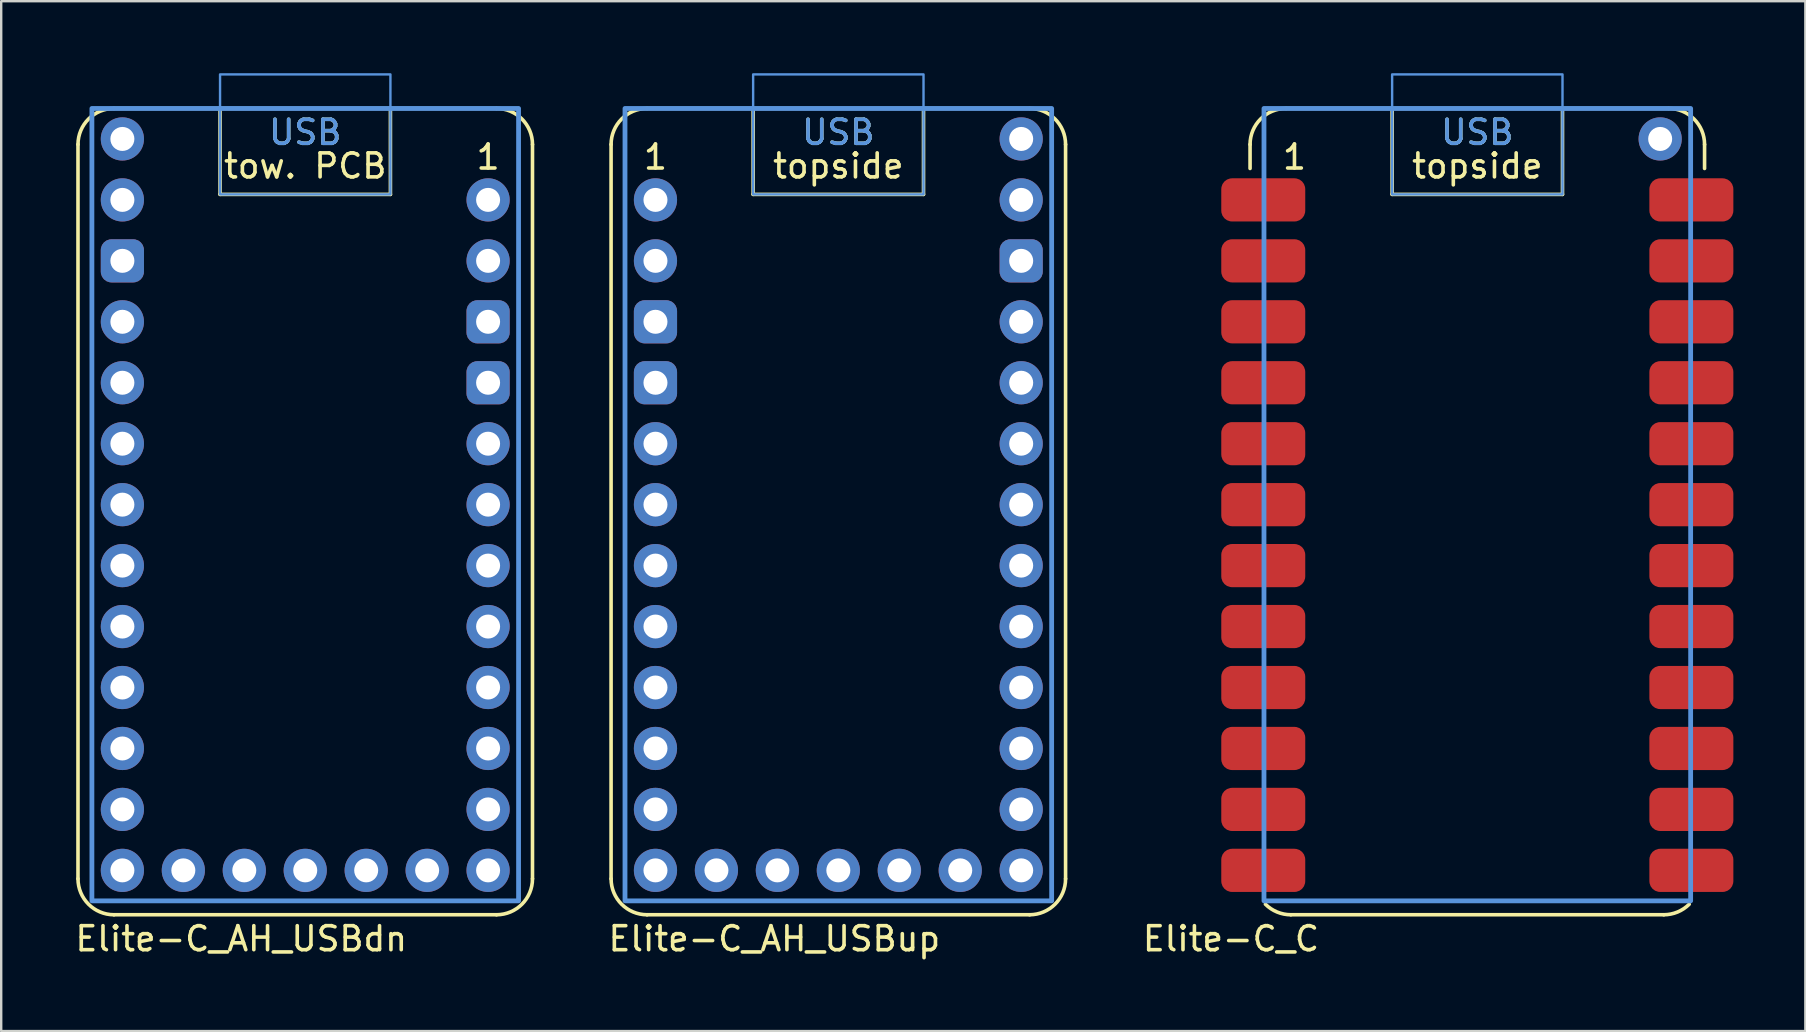
<source format=kicad_pcb>
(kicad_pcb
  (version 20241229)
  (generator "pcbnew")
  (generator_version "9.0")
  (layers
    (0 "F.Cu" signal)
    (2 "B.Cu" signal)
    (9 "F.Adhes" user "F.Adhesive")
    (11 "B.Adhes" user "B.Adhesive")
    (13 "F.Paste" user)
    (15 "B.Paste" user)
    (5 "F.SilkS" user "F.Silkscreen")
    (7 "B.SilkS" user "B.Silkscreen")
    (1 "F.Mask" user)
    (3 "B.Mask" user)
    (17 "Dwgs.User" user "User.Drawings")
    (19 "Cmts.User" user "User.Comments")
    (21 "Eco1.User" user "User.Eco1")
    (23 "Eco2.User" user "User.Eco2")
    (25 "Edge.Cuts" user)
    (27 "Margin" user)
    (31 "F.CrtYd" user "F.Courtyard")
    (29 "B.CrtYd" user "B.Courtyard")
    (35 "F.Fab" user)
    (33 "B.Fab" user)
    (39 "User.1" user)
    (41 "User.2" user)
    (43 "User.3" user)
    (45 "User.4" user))
  (footprint "Elite-C_AH_USBup"
    (layer "F.Cu")
    (at 31.885 19.25)
    (property "Reference" "Elite-C_AH_USBup" (at -9.67 16.82 0) (layer "F.SilkS") (effects (font (size 1 1) (thickness 0.15)) (justify left)))
    (attr through_hole exclude_from_pos_files exclude_from_bom)
    (fp_line (start -9.47 -16.28) (end -9.47 14.32) (stroke (width 0.15) (type default)) (layer "F.SilkS"))
    (fp_line (start -7.97 15.82) (end 7.97 15.82) (stroke (width 0.15) (type default)) (layer "F.SilkS"))
    (fp_line (start -3.55 -14.2) (end -3.55 -17.78) (stroke (width 0.15) (type default)) (layer "F.SilkS"))
    (fp_line (start 3.55 -14.2) (end -3.55 -14.2) (stroke (width 0.15) (type default)) (layer "F.SilkS"))
    (fp_line (start 3.55 -14.2) (end 3.55 -17.78) (stroke (width 0.15) (type default)) (layer "F.SilkS"))
    (fp_line (start 7.97 -17.78) (end -7.97 -17.78) (stroke (width 0.15) (type default)) (layer "F.SilkS"))
    (fp_line (start 9.47 14.32) (end 9.47 -16.28) (stroke (width 0.15) (type default)) (layer "F.SilkS"))
    (fp_arc (start -9.47 -16.28) (mid -9.03066 -17.34066) (end -7.97 -17.78) (stroke (width 0.15) (type default)) (layer "F.SilkS"))
    (fp_arc (start -7.97 15.82) (mid -9.03066 15.38066) (end -9.47 14.32) (stroke (width 0.15) (type default)) (layer "F.SilkS"))
    (fp_arc (start 7.97 -17.78) (mid 9.03066 -17.34066) (end 9.47 -16.28) (stroke (width 0.15) (type default)) (layer "F.SilkS"))
    (fp_arc (start 9.47 14.32) (mid 9.03066 15.38066) (end 7.97 15.82) (stroke (width 0.15) (type default)) (layer "F.SilkS"))
    (fp_rect (start -3.55 -19.2) (end 3.55 -14.2) (stroke (width 0.1) (type default)) (fill no) (layer "Cmts.User"))
    (fp_rect (start 8.89 -17.78) (end -8.89 15.24) (stroke (width 0.2) (type solid)) (fill no) (layer "Cmts.User"))
    (fp_text user "topside" (at 0 -14.8 0) (unlocked yes) (layer "F.SilkS") (effects (font (size 1 1) (thickness 0.15)) (justify bottom)))
    (fp_text user "1" (at -7.62 -15.17 0) (layer "F.SilkS") (effects (font (size 1 1) (thickness 0.15)) (justify bottom)))
    (fp_text user "USB" (at 0 -16.2 0) (unlocked yes) (layer "F.SilkS") (effects (font (size 1 1) (thickness 0.15)) (justify bottom)))
    (fp_text user "USB" (at 0 -16.2 0) (layer "Cmts.User") (effects (font (size 1 1) (thickness 0.15)) (justify bottom)))
    (pad "1" thru_hole circle (at -7.62 -13.97) (size 1.8 1.8) (drill 1) (layers "*.Cu" "B.Mask"))
    (pad "2" thru_hole circle (at -7.62 -11.43) (size 1.8 1.8) (drill 1) (layers "*.Cu" "B.Mask"))
    (pad "3" thru_hole roundrect (at -7.62 -8.89) (size 1.8 1.8) (drill 1) (layers "*.Cu" "B.Mask") (roundrect_rratio 0.25))
    (pad "4" thru_hole roundrect (at -7.62 -6.35) (size 1.8 1.8) (drill 1) (layers "*.Cu" "B.Mask") (roundrect_rratio 0.25))
    (pad "5" thru_hole circle (at -7.62 -3.81) (size 1.8 1.8) (drill 1) (layers "*.Cu" "B.Mask"))
    (pad "6" thru_hole circle (at -7.62 -1.27) (size 1.8 1.8) (drill 1) (layers "*.Cu" "B.Mask"))
    (pad "7" thru_hole circle (at -7.62 1.27) (size 1.8 1.8) (drill 1) (layers "*.Cu" "B.Mask"))
    (pad "8" thru_hole circle (at -7.62 3.81) (size 1.8 1.8) (drill 1) (layers "*.Cu" "B.Mask"))
    (pad "9" thru_hole circle (at -7.62 6.35) (size 1.8 1.8) (drill 1) (layers "*.Cu" "B.Mask"))
    (pad "10" thru_hole circle (at -7.62 8.89) (size 1.8 1.8) (drill 1) (layers "*.Cu" "B.Mask"))
    (pad "11" thru_hole circle (at -7.62 11.43) (size 1.8 1.8) (drill 1) (layers "*.Cu" "B.Mask"))
    (pad "12" thru_hole circle (at -7.62 13.97) (size 1.8 1.8) (drill 1) (layers "*.Cu" "B.Mask"))
    (pad "13" thru_hole circle (at 7.62 -13.97) (size 1.8 1.8) (drill 1) (layers "*.Cu" "B.Mask"))
    (pad "14" thru_hole roundrect (at 7.62 -11.43) (size 1.8 1.8) (drill 1) (layers "*.Cu" "B.Mask") (roundrect_rratio 0.25))
    (pad "15" thru_hole circle (at 7.62 -8.89) (size 1.8 1.8) (drill 1) (layers "*.Cu" "B.Mask"))
    (pad "16" thru_hole circle (at 7.62 -6.35) (size 1.8 1.8) (drill 1) (layers "*.Cu" "B.Mask"))
    (pad "17" thru_hole circle (at 7.62 -3.81) (size 1.8 1.8) (drill 1) (layers "*.Cu" "B.Mask"))
    (pad "18" thru_hole circle (at 7.62 -1.27) (size 1.8 1.8) (drill 1) (layers "*.Cu" "B.Mask"))
    (pad "19" thru_hole circle (at 7.62 1.27) (size 1.8 1.8) (drill 1) (layers "*.Cu" "B.Mask"))
    (pad "20" thru_hole circle (at 7.62 3.81) (size 1.8 1.8) (drill 1) (layers "*.Cu" "B.Mask"))
    (pad "21" thru_hole circle (at 7.62 6.35) (size 1.8 1.8) (drill 1) (layers "*.Cu" "B.Mask"))
    (pad "22" thru_hole circle (at 7.62 8.89) (size 1.8 1.8) (drill 1) (layers "*.Cu" "B.Mask"))
    (pad "23" thru_hole circle (at 7.62 11.43) (size 1.8 1.8) (drill 1) (layers "*.Cu" "B.Mask"))
    (pad "24" thru_hole circle (at 7.62 13.97) (size 1.8 1.8) (drill 1) (layers "*.Cu" "B.Mask"))
    (pad "25" thru_hole circle (at -5.08 13.97) (size 1.8 1.8) (drill 1) (layers "*.Cu" "B.Mask"))
    (pad "26" thru_hole circle (at -2.54 13.97) (size 1.8 1.8) (drill 1) (layers "*.Cu" "B.Mask"))
    (pad "27" thru_hole circle (at 0 13.97) (size 1.8 1.8) (drill 1) (layers "*.Cu" "B.Mask"))
    (pad "28" thru_hole circle (at 2.54 13.97) (size 1.8 1.8) (drill 1) (layers "*.Cu" "B.Mask"))
    (pad "29" thru_hole circle (at 5.08 13.97) (size 1.8 1.8) (drill 1) (layers "*.Cu" "B.Mask"))
    (pad "30" thru_hole circle (at 7.62 -16.51) (size 1.8 1.8) (drill 1) (layers "*.Cu" "*.Mask")))
  (footprint "Elite-C_AH_USBdn"
    (layer "F.Cu")
    (at 9.67 19.25)
    (property "Reference" "Elite-C_AH_USBdn" (at -9.67 16.82 0) (layer "F.SilkS") (effects (font (size 1 1) (thickness 0.15)) (justify left)))
    (attr through_hole exclude_from_pos_files exclude_from_bom)
    (fp_line (start -9.47 -16.28) (end -9.47 14.32) (stroke (width 0.15) (type default)) (layer "F.SilkS"))
    (fp_line (start -7.97 15.82) (end 7.97 15.82) (stroke (width 0.15) (type default)) (layer "F.SilkS"))
    (fp_line (start -3.55 -14.2) (end -3.55 -17.78) (stroke (width 0.15) (type default)) (layer "F.SilkS"))
    (fp_line (start 3.55 -14.2) (end -3.55 -14.2) (stroke (width 0.15) (type default)) (layer "F.SilkS"))
    (fp_line (start 3.55 -14.2) (end 3.55 -17.78) (stroke (width 0.15) (type default)) (layer "F.SilkS"))
    (fp_line (start 7.97 -17.78) (end -7.97 -17.78) (stroke (width 0.15) (type default)) (layer "F.SilkS"))
    (fp_line (start 9.47 14.32) (end 9.47 -16.28) (stroke (width 0.15) (type default)) (layer "F.SilkS"))
    (fp_arc (start -9.47 -16.28) (mid -9.03066 -17.34066) (end -7.97 -17.78) (stroke (width 0.15) (type default)) (layer "F.SilkS"))
    (fp_arc (start -7.97 15.82) (mid -9.03066 15.38066) (end -9.47 14.32) (stroke (width 0.15) (type default)) (layer "F.SilkS"))
    (fp_arc (start 7.97 -17.78) (mid 9.03066 -17.34066) (end 9.47 -16.28) (stroke (width 0.15) (type default)) (layer "F.SilkS"))
    (fp_arc (start 9.47 14.32) (mid 9.03066 15.38066) (end 7.97 15.82) (stroke (width 0.15) (type default)) (layer "F.SilkS"))
    (fp_rect (start -3.55 -19.2) (end 3.55 -14.2) (stroke (width 0.1) (type default)) (fill no) (layer "Cmts.User"))
    (fp_rect (start 8.89 -17.78) (end -8.89 15.24) (stroke (width 0.2) (type solid)) (fill no) (layer "Cmts.User"))
    (fp_text user "USB" (at 0 -16.2 0) (unlocked yes) (layer "F.SilkS") (effects (font (size 1 1) (thickness 0.15)) (justify bottom)))
    (fp_text user "1" (at 7.62 -15.17 0) (layer "F.SilkS") (effects (font (size 1 1) (thickness 0.15)) (justify bottom)))
    (fp_text user "tow. PCB" (at 0 -14.8 0) (unlocked yes) (layer "F.SilkS") (effects (font (size 1 1) (thickness 0.15)) (justify bottom)))
    (fp_text user "USB" (at 0 -16.2 0) (layer "Cmts.User") (effects (font (size 1 1) (thickness 0.15)) (justify bottom)))
    (pad "1" thru_hole circle (at 7.62 -13.97) (size 1.8 1.8) (drill 1) (layers "*.Cu" "B.Mask"))
    (pad "2" thru_hole circle (at 7.62 -11.43) (size 1.8 1.8) (drill 1) (layers "*.Cu" "B.Mask"))
    (pad "3" thru_hole roundrect (at 7.62 -8.89) (size 1.8 1.8) (drill 1) (layers "*.Cu" "B.Mask") (roundrect_rratio 0.25))
    (pad "4" thru_hole roundrect (at 7.62 -6.35) (size 1.8 1.8) (drill 1) (layers "*.Cu" "B.Mask") (roundrect_rratio 0.25))
    (pad "5" thru_hole circle (at 7.62 -3.81) (size 1.8 1.8) (drill 1) (layers "*.Cu" "B.Mask"))
    (pad "6" thru_hole circle (at 7.62 -1.27) (size 1.8 1.8) (drill 1) (layers "*.Cu" "B.Mask"))
    (pad "7" thru_hole circle (at 7.62 1.27) (size 1.8 1.8) (drill 1) (layers "*.Cu" "B.Mask"))
    (pad "8" thru_hole circle (at 7.62 3.81) (size 1.8 1.8) (drill 1) (layers "*.Cu" "B.Mask"))
    (pad "9" thru_hole circle (at 7.62 6.35) (size 1.8 1.8) (drill 1) (layers "*.Cu" "B.Mask"))
    (pad "10" thru_hole circle (at 7.62 8.89) (size 1.8 1.8) (drill 1) (layers "*.Cu" "B.Mask"))
    (pad "11" thru_hole circle (at 7.62 11.43) (size 1.8 1.8) (drill 1) (layers "*.Cu" "B.Mask"))
    (pad "12" thru_hole circle (at 7.62 13.97) (size 1.8 1.8) (drill 1) (layers "*.Cu" "B.Mask"))
    (pad "13" thru_hole circle (at -7.62 -13.97) (size 1.8 1.8) (drill 1) (layers "*.Cu" "B.Mask"))
    (pad "14" thru_hole roundrect (at -7.62 -11.43) (size 1.8 1.8) (drill 1) (layers "*.Cu" "B.Mask") (roundrect_rratio 0.25))
    (pad "15" thru_hole circle (at -7.62 -8.89) (size 1.8 1.8) (drill 1) (layers "*.Cu" "B.Mask"))
    (pad "16" thru_hole circle (at -7.62 -6.35) (size 1.8 1.8) (drill 1) (layers "*.Cu" "B.Mask"))
    (pad "17" thru_hole circle (at -7.62 -3.81) (size 1.8 1.8) (drill 1) (layers "*.Cu" "B.Mask"))
    (pad "18" thru_hole circle (at -7.62 -1.27) (size 1.8 1.8) (drill 1) (layers "*.Cu" "B.Mask"))
    (pad "19" thru_hole circle (at -7.62 1.27) (size 1.8 1.8) (drill 1) (layers "*.Cu" "B.Mask"))
    (pad "20" thru_hole circle (at -7.62 3.81) (size 1.8 1.8) (drill 1) (layers "*.Cu" "B.Mask"))
    (pad "21" thru_hole circle (at -7.62 6.35) (size 1.8 1.8) (drill 1) (layers "*.Cu" "B.Mask"))
    (pad "22" thru_hole circle (at -7.62 8.89) (size 1.8 1.8) (drill 1) (layers "*.Cu" "B.Mask"))
    (pad "23" thru_hole circle (at -7.62 11.43) (size 1.8 1.8) (drill 1) (layers "*.Cu" "B.Mask"))
    (pad "24" thru_hole circle (at -7.62 13.97) (size 1.8 1.8) (drill 1) (layers "*.Cu" "B.Mask"))
    (pad "25" thru_hole circle (at 5.08 13.97) (size 1.8 1.8) (drill 1) (layers "*.Cu" "B.Mask"))
    (pad "26" thru_hole circle (at 2.54 13.97) (size 1.8 1.8) (drill 1) (layers "*.Cu" "B.Mask"))
    (pad "27" thru_hole circle (at 0 13.97) (size 1.8 1.8) (drill 1) (layers "*.Cu" "B.Mask"))
    (pad "28" thru_hole circle (at -2.54 13.97) (size 1.8 1.8) (drill 1) (layers "*.Cu" "B.Mask"))
    (pad "29" thru_hole circle (at -5.08 13.97) (size 1.8 1.8) (drill 1) (layers "*.Cu" "B.Mask"))
    (pad "30" thru_hole circle (at -7.62 -16.51) (size 1.8 1.8) (drill 1) (layers "*.Cu" "*.Mask")))
  (footprint "Elite-C_C"
    (layer "F.Cu")
    (at 58.513 19.25)
    (property "Reference" "Elite-C_C" (at -6.5 16.82 0) (layer "F.SilkS") (effects (font (size 1 1) (thickness 0.15)) (justify right)))
    (attr smd exclude_from_pos_files exclude_from_bom)
    (fp_line (start -9.47 -16.28) (end -9.47 -15.28) (stroke (width 0.15) (type default)) (layer "F.SilkS"))
    (fp_line (start -3.55 -14.2) (end -3.55 -17.78) (stroke (width 0.15) (type default)) (layer "F.SilkS"))
    (fp_line (start 3.55 -14.2) (end -3.55 -14.2) (stroke (width 0.15) (type default)) (layer "F.SilkS"))
    (fp_line (start 3.55 -14.2) (end 3.55 -17.78) (stroke (width 0.15) (type default)) (layer "F.SilkS"))
    (fp_line (start 7.77 15.82) (end -7.77 15.82) (stroke (width 0.15) (type default)) (layer "F.SilkS"))
    (fp_line (start 7.97 -17.78) (end -7.97 -17.78) (stroke (width 0.15) (type default)) (layer "F.SilkS"))
    (fp_line (start 9.47 -16.28) (end 9.47 -15.28) (stroke (width 0.15) (type default)) (layer "F.SilkS"))
    (fp_arc (start -9.47 -16.28) (mid -9.03066 -17.34066) (end -7.97 -17.78) (stroke (width 0.15) (type default)) (layer "F.SilkS"))
    (fp_arc (start -7.77 15.82) (mid -8.344025 15.705819) (end -8.83066 15.38066) (stroke (width 0.15) (type default)) (layer "F.SilkS"))
    (fp_arc (start 7.97 -17.78) (mid 9.03066 -17.34066) (end 9.47 -16.28) (stroke (width 0.15) (type default)) (layer "F.SilkS"))
    (fp_arc (start 8.83066 15.38066) (mid 8.344025 15.705819) (end 7.77 15.82) (stroke (width 0.15) (type default)) (layer "F.SilkS"))
    (fp_rect (start -3.55 -19.2) (end 3.55 -14.2) (stroke (width 0.1) (type default)) (fill no) (layer "Cmts.User"))
    (fp_rect (start 8.89 -17.78) (end -8.89 15.24) (stroke (width 0.2) (type solid)) (fill no) (layer "Cmts.User"))
    (fp_text user "1" (at -7.62 -15.17 0) (layer "F.SilkS") (effects (font (size 1 1) (thickness 0.15)) (justify bottom)))
    (fp_text user "USB" (at 0 -16.2 0) (unlocked yes) (layer "F.SilkS") (effects (font (size 1 1) (thickness 0.15)) (justify bottom)))
    (fp_text user "topside" (at 0 -14.8 0) (unlocked yes) (layer "F.SilkS") (effects (font (size 1 1) (thickness 0.15)) (justify bottom)))
    (fp_text user "USB" (at 0 -16.2 0) (layer "Cmts.User") (effects (font (size 1 1) (thickness 0.15)) (justify bottom)))
    (pad "1" smd roundrect (at -8.92 -13.97) (size 3.5 1.8) (layers "F.Cu" "F.Mask") (roundrect_rratio 0.25))
    (pad "2" smd roundrect (at -8.92 -11.43) (size 3.5 1.8) (layers "F.Cu" "F.Mask") (roundrect_rratio 0.25))
    (pad "3" smd roundrect (at -8.92 -8.89) (size 3.5 1.8) (layers "F.Cu" "F.Mask") (roundrect_rratio 0.25))
    (pad "4" smd roundrect (at -8.92 -6.35) (size 3.5 1.8) (layers "F.Cu" "F.Mask") (roundrect_rratio 0.25))
    (pad "5" smd roundrect (at -8.92 -3.81) (size 3.5 1.8) (layers "F.Cu" "F.Mask") (roundrect_rratio 0.25))
    (pad "6" smd roundrect (at -8.92 -1.27) (size 3.5 1.8) (layers "F.Cu" "F.Mask") (roundrect_rratio 0.25))
    (pad "7" smd roundrect (at -8.92 1.27) (size 3.5 1.8) (layers "F.Cu" "F.Mask") (roundrect_rratio 0.25))
    (pad "8" smd roundrect (at -8.92 3.81) (size 3.5 1.8) (layers "F.Cu" "F.Mask") (roundrect_rratio 0.25))
    (pad "9" smd roundrect (at -8.92 6.35) (size 3.5 1.8) (layers "F.Cu" "F.Mask") (roundrect_rratio 0.25))
    (pad "10" smd roundrect (at -8.92 8.89) (size 3.5 1.8) (layers "F.Cu" "F.Mask") (roundrect_rratio 0.25))
    (pad "11" smd roundrect (at -8.92 11.43) (size 3.5 1.8) (layers "F.Cu" "F.Mask") (roundrect_rratio 0.25))
    (pad "12" smd roundrect (at -8.92 13.97) (size 3.5 1.8) (layers "F.Cu" "F.Mask") (roundrect_rratio 0.25))
    (pad "13" smd roundrect (at 8.92 -13.97) (size 3.5 1.8) (layers "F.Cu" "F.Mask") (roundrect_rratio 0.25))
    (pad "14" smd roundrect (at 8.92 -11.43) (size 3.5 1.8) (layers "F.Cu" "F.Mask") (roundrect_rratio 0.25))
    (pad "15" smd roundrect (at 8.92 -8.89) (size 3.5 1.8) (layers "F.Cu" "F.Mask") (roundrect_rratio 0.25))
    (pad "16" smd roundrect (at 8.92 -6.35) (size 3.5 1.8) (layers "F.Cu" "F.Mask") (roundrect_rratio 0.25))
    (pad "17" smd roundrect (at 8.92 -3.81) (size 3.5 1.8) (layers "F.Cu" "F.Mask") (roundrect_rratio 0.25))
    (pad "18" smd roundrect (at 8.92 -1.27) (size 3.5 1.8) (layers "F.Cu" "F.Mask") (roundrect_rratio 0.25))
    (pad "19" smd roundrect (at 8.92 1.27) (size 3.5 1.8) (layers "F.Cu" "F.Mask") (roundrect_rratio 0.25))
    (pad "20" smd roundrect (at 8.92 3.81) (size 3.5 1.8) (layers "F.Cu" "F.Mask") (roundrect_rratio 0.25))
    (pad "21" smd roundrect (at 8.92 6.35) (size 3.5 1.8) (layers "F.Cu" "F.Mask") (roundrect_rratio 0.25))
    (pad "22" smd roundrect (at 8.92 8.89) (size 3.5 1.8) (layers "F.Cu" "F.Mask") (roundrect_rratio 0.25))
    (pad "23" smd roundrect (at 8.92 11.43) (size 3.5 1.8) (layers "F.Cu" "F.Mask") (roundrect_rratio 0.25))
    (pad "24" smd roundrect (at 8.92 13.97) (size 3.5 1.8) (layers "F.Cu" "F.Mask") (roundrect_rratio 0.25))
    (pad "30" thru_hole circle (at 7.62 -16.51) (size 1.8 1.8) (drill 1) (layers "*.Cu" "*.Mask")))
  (gr_rect
    (start -3 -3)
    (end 72.183 39.918)
    (stroke (width 0.1) (type default))
    (fill no)
    (layer "Edge.Cuts")))
</source>
